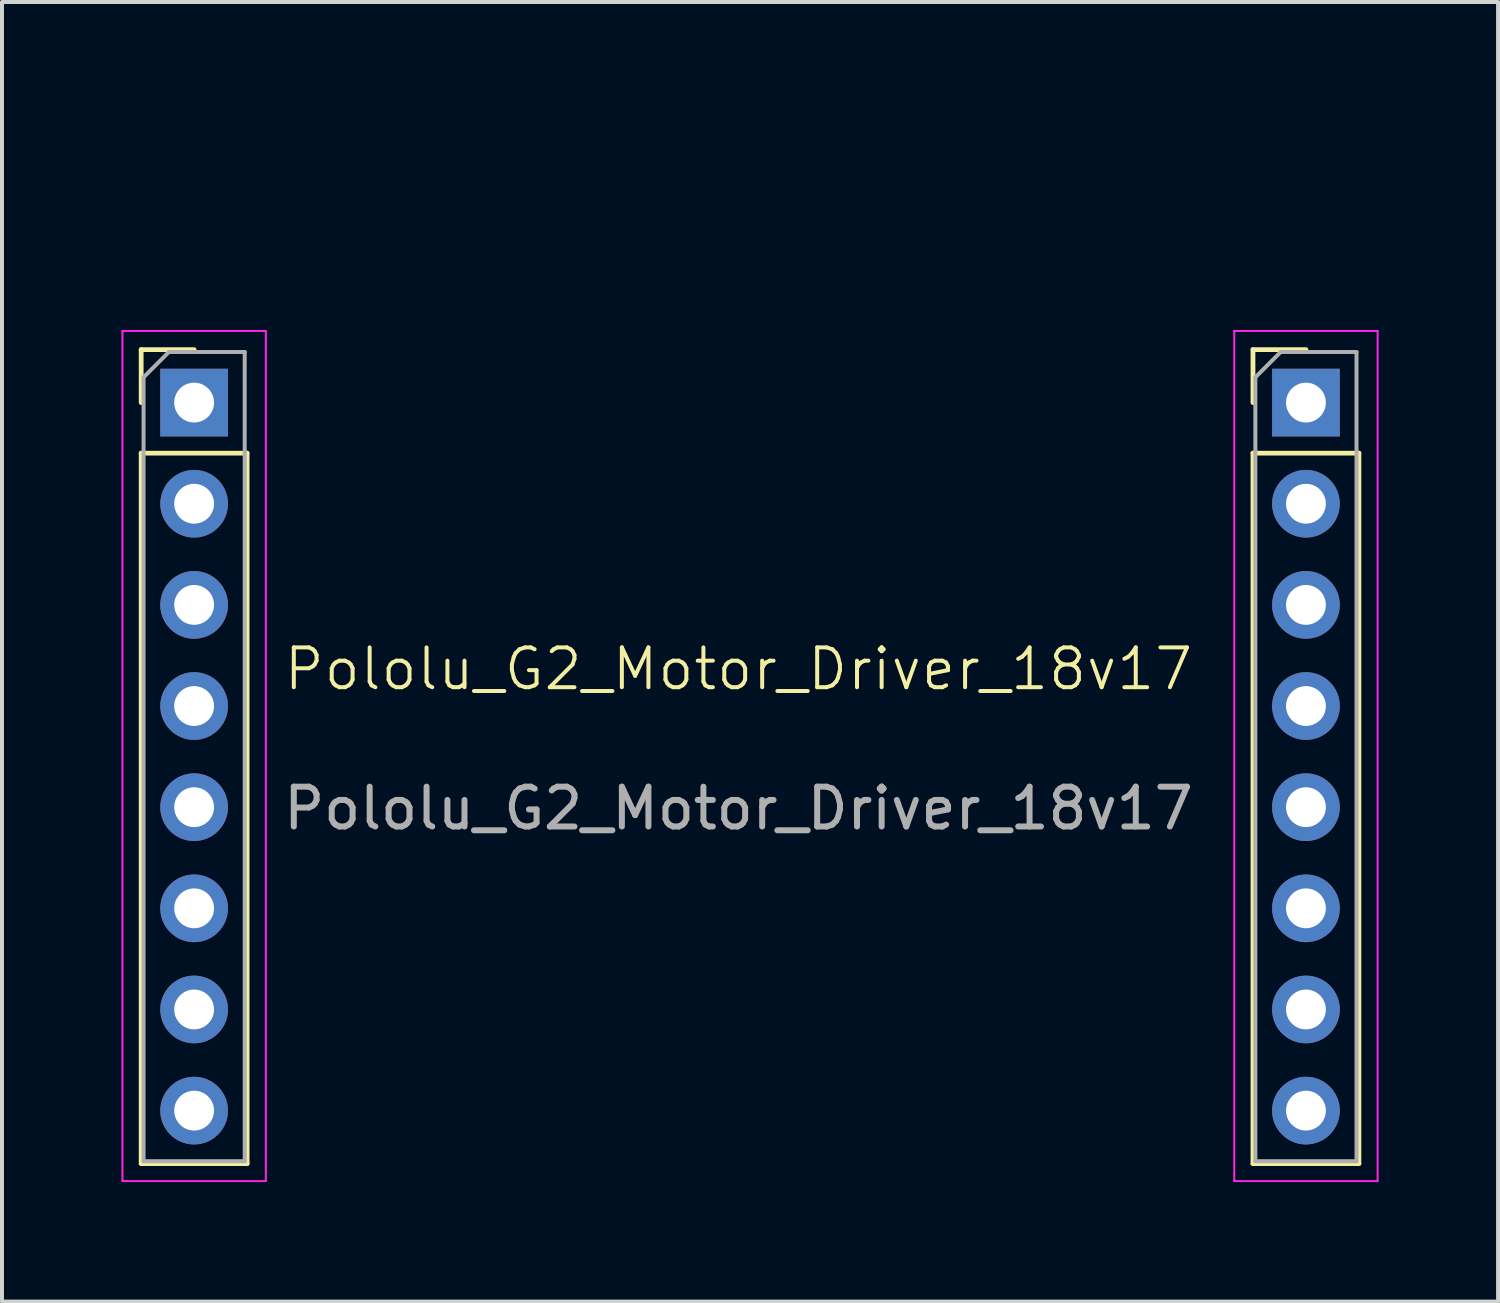
<source format=kicad_pcb>
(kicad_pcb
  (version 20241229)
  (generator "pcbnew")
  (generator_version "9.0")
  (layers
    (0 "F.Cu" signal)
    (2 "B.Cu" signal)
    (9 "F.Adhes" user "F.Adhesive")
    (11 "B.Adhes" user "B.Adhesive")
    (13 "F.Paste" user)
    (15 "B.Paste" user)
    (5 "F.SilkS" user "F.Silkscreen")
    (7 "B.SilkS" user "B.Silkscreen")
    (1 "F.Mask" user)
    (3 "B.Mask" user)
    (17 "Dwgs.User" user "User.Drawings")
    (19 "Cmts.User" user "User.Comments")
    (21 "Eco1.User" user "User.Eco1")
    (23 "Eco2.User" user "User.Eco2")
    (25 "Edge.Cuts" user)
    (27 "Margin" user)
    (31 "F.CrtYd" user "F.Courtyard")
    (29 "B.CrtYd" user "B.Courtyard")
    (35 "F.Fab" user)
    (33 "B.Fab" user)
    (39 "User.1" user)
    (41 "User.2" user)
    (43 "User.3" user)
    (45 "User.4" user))
  (footprint "Pololu_G2_Motor_Driver_18v17"
    (layer "F.Cu")
    (at 15.495 0.25)
    (property "Reference" "Pololu_G2_Motor_Driver_18v17" (at 0 13.5 0) (unlocked yes) (layer "F.SilkS") (effects (font (size 1 1) (thickness 0.1))))
    (attr through_hole)
    (fp_line (start -15 5.48) (end -13.67 5.48) (stroke (width 0.12) (type solid)) (layer "F.SilkS"))
    (fp_line (start -15 6.81) (end -15 5.48) (stroke (width 0.12) (type solid)) (layer "F.SilkS"))
    (fp_line (start -15 8.08) (end -15 25.92) (stroke (width 0.12) (type solid)) (layer "F.SilkS"))
    (fp_line (start -15 8.08) (end -12.34 8.08) (stroke (width 0.12) (type solid)) (layer "F.SilkS"))
    (fp_line (start -15 25.92) (end -12.34 25.92) (stroke (width 0.12) (type solid)) (layer "F.SilkS"))
    (fp_line (start -12.34 8.08) (end -12.34 25.92) (stroke (width 0.12) (type solid)) (layer "F.SilkS"))
    (fp_line (start 12.92 5.48) (end 14.25 5.48) (stroke (width 0.12) (type solid)) (layer "F.SilkS"))
    (fp_line (start 12.92 6.81) (end 12.92 5.48) (stroke (width 0.12) (type solid)) (layer "F.SilkS"))
    (fp_line (start 12.92 8.08) (end 12.92 25.92) (stroke (width 0.12) (type solid)) (layer "F.SilkS"))
    (fp_line (start 12.92 8.08) (end 15.58 8.08) (stroke (width 0.12) (type solid)) (layer "F.SilkS"))
    (fp_line (start 12.92 25.92) (end 15.58 25.92) (stroke (width 0.12) (type solid)) (layer "F.SilkS"))
    (fp_line (start 15.58 8.08) (end 15.58 25.92) (stroke (width 0.12) (type solid)) (layer "F.SilkS"))
    (fp_line (start -15.47 5.01) (end -15.47 26.36) (stroke (width 0.05) (type solid)) (layer "F.CrtYd"))
    (fp_line (start -15.47 26.36) (end -11.87 26.36) (stroke (width 0.05) (type solid)) (layer "F.CrtYd"))
    (fp_line (start -11.87 5.01) (end -15.47 5.01) (stroke (width 0.05) (type solid)) (layer "F.CrtYd"))
    (fp_line (start -11.87 26.36) (end -11.87 5.01) (stroke (width 0.05) (type solid)) (layer "F.CrtYd"))
    (fp_line (start 12.45 5.01) (end 12.45 26.36) (stroke (width 0.05) (type solid)) (layer "F.CrtYd"))
    (fp_line (start 12.45 26.36) (end 16.05 26.36) (stroke (width 0.05) (type solid)) (layer "F.CrtYd"))
    (fp_line (start 16.05 5.01) (end 12.45 5.01) (stroke (width 0.05) (type solid)) (layer "F.CrtYd"))
    (fp_line (start 16.05 26.36) (end 16.05 5.01) (stroke (width 0.05) (type solid)) (layer "F.CrtYd"))
    (fp_line (start -14.94 6.175) (end -14.305 5.54) (stroke (width 0.1) (type solid)) (layer "F.Fab"))
    (fp_line (start -14.94 25.86) (end -14.94 6.175) (stroke (width 0.1) (type solid)) (layer "F.Fab"))
    (fp_line (start -14.305 5.54) (end -12.4 5.54) (stroke (width 0.1) (type solid)) (layer "F.Fab"))
    (fp_line (start -12.4 5.54) (end -12.4 25.86) (stroke (width 0.1) (type solid)) (layer "F.Fab"))
    (fp_line (start -12.4 25.86) (end -14.94 25.86) (stroke (width 0.1) (type solid)) (layer "F.Fab"))
    (fp_line (start 12.98 6.175) (end 13.615 5.54) (stroke (width 0.1) (type solid)) (layer "F.Fab"))
    (fp_line (start 12.98 25.86) (end 12.98 6.175) (stroke (width 0.1) (type solid)) (layer "F.Fab"))
    (fp_line (start 13.615 5.54) (end 15.52 5.54) (stroke (width 0.1) (type solid)) (layer "F.Fab"))
    (fp_line (start 15.52 5.54) (end 15.52 25.86) (stroke (width 0.1) (type solid)) (layer "F.Fab"))
    (fp_line (start 15.52 25.86) (end 12.98 25.86) (stroke (width 0.1) (type solid)) (layer "F.Fab"))
    (fp_text user "${REFERENCE}" (at 0 17 0) (unlocked yes) (layer "F.Fab") (effects (font (size 1 1) (thickness 0.15))))
    (pad "1" thru_hole rect (at -13.67 6.81) (size 1.7 1.7) (drill 1) (layers "*.Cu" "*.Mask"))
    (pad "1" thru_hole rect (at 14.25 6.81) (size 1.7 1.7) (drill 1) (layers "*.Cu" "*.Mask"))
    (pad "1" thru_hole oval (at 14.25 9.35) (size 1.7 1.7) (drill 1) (layers "*.Cu" "*.Mask"))
    (pad "2" thru_hole oval (at -13.67 9.35) (size 1.7 1.7) (drill 1) (layers "*.Cu" "*.Mask"))
    (pad "3" thru_hole oval (at -13.67 11.89) (size 1.7 1.7) (drill 1) (layers "*.Cu" "*.Mask"))
    (pad "4" thru_hole oval (at -13.67 14.43) (size 1.7 1.7) (drill 1) (layers "*.Cu" "*.Mask"))
    (pad "5" thru_hole oval (at -13.67 16.97) (size 1.7 1.7) (drill 1) (layers "*.Cu" "*.Mask"))
    (pad "6" thru_hole oval (at -13.67 19.51) (size 1.7 1.7) (drill 1) (layers "*.Cu" "*.Mask"))
    (pad "7" thru_hole oval (at -13.67 22.05) (size 1.7 1.7) (drill 1) (layers "*.Cu" "*.Mask"))
    (pad "8" thru_hole oval (at -13.67 24.59) (size 1.7 1.7) (drill 1) (layers "*.Cu" "*.Mask"))
    (pad "9" thru_hole oval (at 14.25 11.89) (size 1.7 1.7) (drill 1) (layers "*.Cu" "*.Mask"))
    (pad "9" thru_hole oval (at 14.25 14.43) (size 1.7 1.7) (drill 1) (layers "*.Cu" "*.Mask"))
    (pad "10" thru_hole oval (at 14.25 16.97) (size 1.7 1.7) (drill 1) (layers "*.Cu" "*.Mask"))
    (pad "10" thru_hole oval (at 14.25 19.51) (size 1.7 1.7) (drill 1) (layers "*.Cu" "*.Mask"))
    (pad "11" thru_hole oval (at 14.25 22.05) (size 1.7 1.7) (drill 1) (layers "*.Cu" "*.Mask"))
    (pad "11" thru_hole oval (at 14.25 24.59) (size 1.7 1.7) (drill 1) (layers "*.Cu" "*.Mask")))
  (gr_rect
    (start -3 -3)
    (end 34.57 29.635)
    (stroke (width 0.1) (type default))
    (fill no)
    (layer "Edge.Cuts")))
</source>
